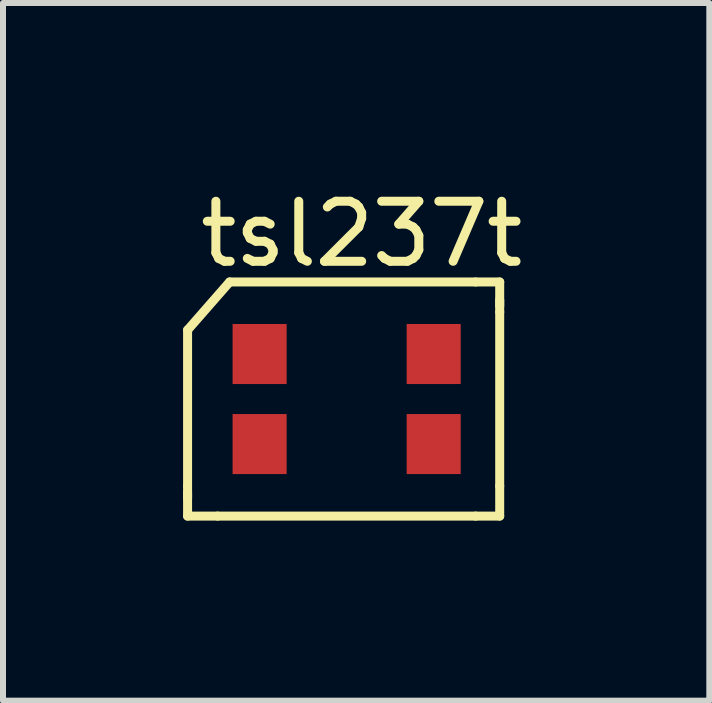
<source format=kicad_pcb>
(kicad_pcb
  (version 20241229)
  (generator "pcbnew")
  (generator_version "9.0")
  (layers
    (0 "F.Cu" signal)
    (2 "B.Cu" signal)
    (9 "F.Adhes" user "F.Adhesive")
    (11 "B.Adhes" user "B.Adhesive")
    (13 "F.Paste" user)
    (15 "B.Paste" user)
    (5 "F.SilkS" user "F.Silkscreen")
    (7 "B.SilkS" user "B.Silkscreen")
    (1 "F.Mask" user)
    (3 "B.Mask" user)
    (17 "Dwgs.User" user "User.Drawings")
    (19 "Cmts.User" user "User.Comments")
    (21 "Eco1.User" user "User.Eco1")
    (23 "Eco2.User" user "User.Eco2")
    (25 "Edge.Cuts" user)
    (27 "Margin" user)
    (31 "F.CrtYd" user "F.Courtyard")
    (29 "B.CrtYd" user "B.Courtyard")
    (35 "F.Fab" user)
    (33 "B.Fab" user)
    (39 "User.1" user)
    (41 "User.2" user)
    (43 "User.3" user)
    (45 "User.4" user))
  (footprint "tsl237t"
    (layer "F.Cu")
    (at 3.375 0.748)
    (property "Reference" "tsl237t" (at -0.4 0.1 0) (layer "F.SilkS") (effects (font (size 1 1) (thickness 0.15))))
    (attr through_hole)
    (fp_line (start -3.3 1.7) (end -2.6 0.9) (stroke (width 0.15) (type solid)) (layer "F.SilkS"))
    (fp_line (start -3.3 4.3) (end -3.3 1.7) (stroke (width 0.15) (type solid)) (layer "F.SilkS"))
    (fp_line (start -3.3 4.3) (end -3.3 4.5) (stroke (width 0.15) (type solid)) (layer "F.SilkS"))
    (fp_line (start -3.3 4.8) (end -3.3 4.4) (stroke (width 0.15) (type solid)) (layer "F.SilkS"))
    (fp_line (start -2.8 4.8) (end -3.3 4.8) (stroke (width 0.15) (type solid)) (layer "F.SilkS"))
    (fp_line (start -2.8 4.8) (end 1.5 4.8) (stroke (width 0.15) (type solid)) (layer "F.SilkS"))
    (fp_line (start -2.6 0.9) (end 1.5 0.9) (stroke (width 0.15) (type solid)) (layer "F.SilkS"))
    (fp_line (start 1.5 0.9) (end 1.9 0.9) (stroke (width 0.15) (type solid)) (layer "F.SilkS"))
    (fp_line (start 1.9 0.9) (end 1.9 1.3) (stroke (width 0.15) (type solid)) (layer "F.SilkS"))
    (fp_line (start 1.9 1.2) (end 1.9 1.4) (stroke (width 0.15) (type solid)) (layer "F.SilkS"))
    (fp_line (start 1.9 4.3) (end 1.9 1.4) (stroke (width 0.15) (type solid)) (layer "F.SilkS"))
    (fp_line (start 1.9 4.3) (end 1.9 4.8) (stroke (width 0.15) (type solid)) (layer "F.SilkS"))
    (fp_line (start 1.9 4.8) (end 1.5 4.8) (stroke (width 0.15) (type solid)) (layer "F.SilkS"))
    (pad "1" smd rect (at -2.1 2.1) (size 0.9 1) (layers "F.Cu" "F.Mask" "F.Paste"))
    (pad "2" smd rect (at -2.1 3.6) (size 0.9 1) (layers "F.Cu" "F.Mask" "F.Paste"))
    (pad "3" smd rect (at 0.8 3.6) (size 0.9 1) (layers "F.Cu" "F.Mask" "F.Paste"))
    (pad "4" smd rect (at 0.8 2.1) (size 0.9 1) (layers "F.Cu" "F.Mask" "F.Paste")))
  (gr_rect
    (start -3 -3)
    (end 8.767 8.623)
    (stroke (width 0.1) (type default))
    (fill no)
    (layer "Edge.Cuts")))
</source>
